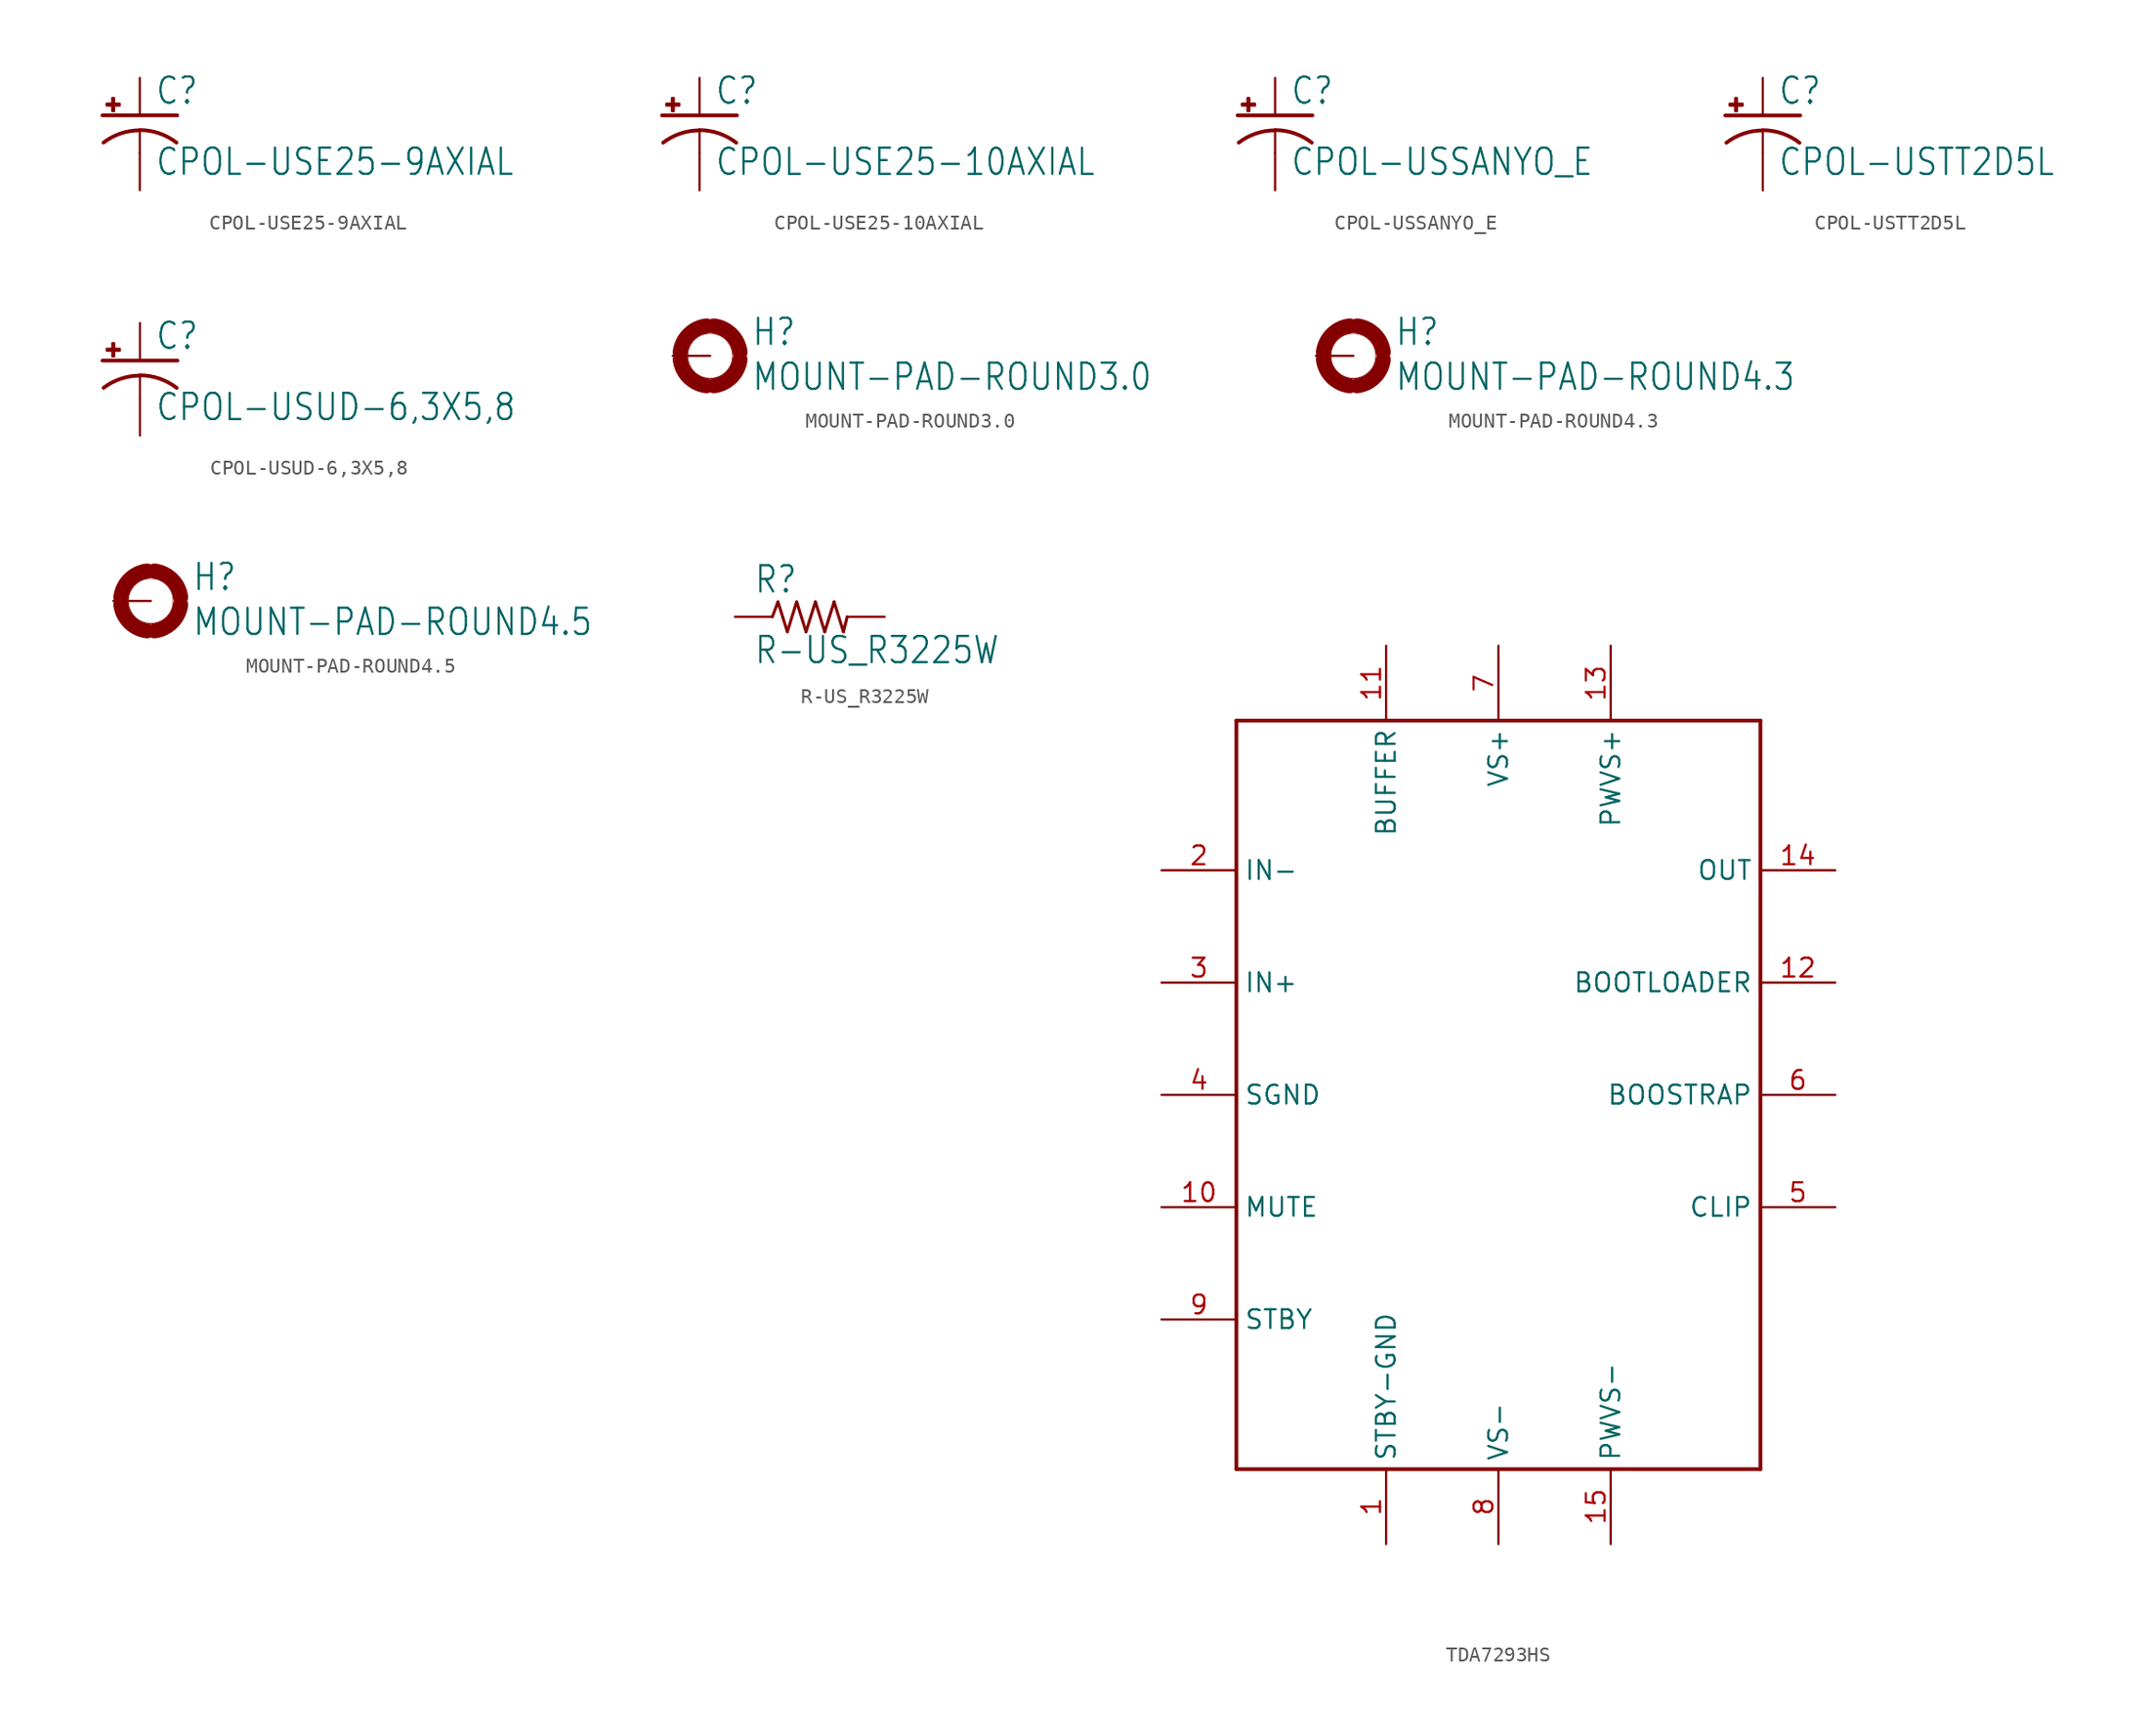
<source format=kicad_sym>
(kicad_symbol_lib
  (version 20211014)
  (generator kicad_symbol_editor)
  (symbol "CPOL-USE25-9AXIAL"
    (property "Reference" "C"
      (at 1.016 0.635 0)
      (effects (font (size 1.778 1.511)) (justify left bottom)))
    (property "Value" "CPOL-USE25-9AXIAL"
      (at 1.016 -4.191 0)
      (effects (font (size 1.778 1.511)) (justify left bottom)))
    (property "ki_locked" ""
      (at 0 0 0)
      (effects (font (size 1.27 1.27))))
    (symbol "CPOL-USE25-9AXIAL_1_0"
      (rectangle (start -2.253 0.668) (end -1.364 0.795) (stroke (width 0) (type default) (color 0 0 0 0)) (fill (type outline)))
      (rectangle (start -1.872 0.287) (end -1.745 1.176) (stroke (width 0) (type default) (color 0 0 0 0)) (fill (type outline)))
      (arc (start 0 -1.0161) (mid -1.3021 -1.2302) (end -2.4669 -1.8504) (stroke (width 0.254) (type default) (color 0 0 0 0)) (fill (type none)))
      (polyline (pts (xy -2.54 0) (xy 2.54 0)) (stroke (width 0.254) (type default) (color 0 0 0 0)) (fill (type none)))
      (polyline (pts (xy 0 -1.016) (xy 0 -2.54)) (stroke (width 0.152) (type default) (color 0 0 0 0)) (fill (type none)))
      (arc (start 2.4892 -1.8542) (mid 1.3158 -1.2195) (end 0 -1) (stroke (width 0.254) (type default) (color 0 0 0 0)) (fill (type none)))
      (pin passive line (at 0 2.54 270) (length 2.54) (name "+" (effects (font (size 0 0)))) (number "+" (effects (font (size 0 0)))))
      (pin passive line (at 0 -5.08 90) (length 2.54) (name "-" (effects (font (size 0 0)))) (number "-" (effects (font (size 0 0)))))))
  (symbol "CPOL-USE25-10AXIAL"
    (property "Reference" "C"
      (at 1.016 0.635 0)
      (effects (font (size 1.778 1.511)) (justify left bottom)))
    (property "Value" "CPOL-USE25-10AXIAL"
      (at 1.016 -4.191 0)
      (effects (font (size 1.778 1.511)) (justify left bottom)))
    (property "ki_locked" ""
      (at 0 0 0)
      (effects (font (size 1.27 1.27))))
    (symbol "CPOL-USE25-10AXIAL_1_0"
      (rectangle (start -2.253 0.668) (end -1.364 0.795) (stroke (width 0) (type default) (color 0 0 0 0)) (fill (type outline)))
      (rectangle (start -1.872 0.287) (end -1.745 1.176) (stroke (width 0) (type default) (color 0 0 0 0)) (fill (type outline)))
      (arc (start 0 -1.0161) (mid -1.3021 -1.2302) (end -2.4669 -1.8504) (stroke (width 0.254) (type default) (color 0 0 0 0)) (fill (type none)))
      (polyline (pts (xy -2.54 0) (xy 2.54 0)) (stroke (width 0.254) (type default) (color 0 0 0 0)) (fill (type none)))
      (polyline (pts (xy 0 -1.016) (xy 0 -2.54)) (stroke (width 0.152) (type default) (color 0 0 0 0)) (fill (type none)))
      (arc (start 2.4892 -1.8542) (mid 1.3158 -1.2195) (end 0 -1) (stroke (width 0.254) (type default) (color 0 0 0 0)) (fill (type none)))
      (pin passive line (at 0 2.54 270) (length 2.54) (name "+" (effects (font (size 0 0)))) (number "+" (effects (font (size 0 0)))))
      (pin passive line (at 0 -5.08 90) (length 2.54) (name "-" (effects (font (size 0 0)))) (number "-" (effects (font (size 0 0)))))))
  (symbol "CPOL-USSANYO_E"
    (property "Reference" "C"
      (at 1.016 0.635 0)
      (effects (font (size 1.778 1.511)) (justify left bottom)))
    (property "Value" "CPOL-USSANYO_E"
      (at 1.016 -4.191 0)
      (effects (font (size 1.778 1.511)) (justify left bottom)))
    (property "ki_locked" ""
      (at 0 0 0)
      (effects (font (size 1.27 1.27))))
    (symbol "CPOL-USSANYO_E_1_0"
      (rectangle (start -2.253 0.668) (end -1.364 0.795) (stroke (width 0) (type default) (color 0 0 0 0)) (fill (type outline)))
      (rectangle (start -1.872 0.287) (end -1.745 1.176) (stroke (width 0) (type default) (color 0 0 0 0)) (fill (type outline)))
      (arc (start 0 -1.0161) (mid -1.3021 -1.2302) (end -2.4669 -1.8504) (stroke (width 0.254) (type default) (color 0 0 0 0)) (fill (type none)))
      (polyline (pts (xy -2.54 0) (xy 2.54 0)) (stroke (width 0.254) (type default) (color 0 0 0 0)) (fill (type none)))
      (polyline (pts (xy 0 -1.016) (xy 0 -2.54)) (stroke (width 0.152) (type default) (color 0 0 0 0)) (fill (type none)))
      (arc (start 2.4892 -1.8542) (mid 1.3158 -1.2195) (end 0 -1) (stroke (width 0.254) (type default) (color 0 0 0 0)) (fill (type none)))
      (pin passive line (at 0 2.54 270) (length 2.54) (name "+" (effects (font (size 0 0)))) (number "+" (effects (font (size 0 0)))))
      (pin passive line (at 0 -5.08 90) (length 2.54) (name "-" (effects (font (size 0 0)))) (number "-" (effects (font (size 0 0)))))))
  (symbol "CPOL-USTT2D5L"
    (property "Reference" "C"
      (at 1.016 0.635 0)
      (effects (font (size 1.778 1.511)) (justify left bottom)))
    (property "Value" "CPOL-USTT2D5L"
      (at 1.016 -4.191 0)
      (effects (font (size 1.778 1.511)) (justify left bottom)))
    (property "ki_locked" ""
      (at 0 0 0)
      (effects (font (size 1.27 1.27))))
    (symbol "CPOL-USTT2D5L_1_0"
      (rectangle (start -2.253 0.668) (end -1.364 0.795) (stroke (width 0) (type default) (color 0 0 0 0)) (fill (type outline)))
      (rectangle (start -1.872 0.287) (end -1.745 1.176) (stroke (width 0) (type default) (color 0 0 0 0)) (fill (type outline)))
      (arc (start 0 -1.0161) (mid -1.3021 -1.2302) (end -2.4669 -1.8504) (stroke (width 0.254) (type default) (color 0 0 0 0)) (fill (type none)))
      (polyline (pts (xy -2.54 0) (xy 2.54 0)) (stroke (width 0.254) (type default) (color 0 0 0 0)) (fill (type none)))
      (polyline (pts (xy 0 -1.016) (xy 0 -2.54)) (stroke (width 0.152) (type default) (color 0 0 0 0)) (fill (type none)))
      (arc (start 2.4892 -1.8542) (mid 1.3158 -1.2195) (end 0 -1) (stroke (width 0.254) (type default) (color 0 0 0 0)) (fill (type none)))
      (pin passive line (at 0 2.54 270) (length 2.54) (name "+" (effects (font (size 0 0)))) (number "+" (effects (font (size 0 0)))))
      (pin passive line (at 0 -5.08 90) (length 2.54) (name "-" (effects (font (size 0 0)))) (number "-" (effects (font (size 0 0)))))))
  (symbol "CPOL-USUD-6,3X5,8"
    (property "Reference" "C"
      (at 1.016 0.635 0)
      (effects (font (size 1.778 1.511)) (justify left bottom)))
    (property "Value" "CPOL-USUD-6,3X5,8"
      (at 1.016 -4.191 0)
      (effects (font (size 1.778 1.511)) (justify left bottom)))
    (property "ki_locked" ""
      (at 0 0 0)
      (effects (font (size 1.27 1.27))))
    (symbol "CPOL-USUD-6,3X5,8_1_0"
      (rectangle (start -2.253 0.668) (end -1.364 0.795) (stroke (width 0) (type default) (color 0 0 0 0)) (fill (type outline)))
      (rectangle (start -1.872 0.287) (end -1.745 1.176) (stroke (width 0) (type default) (color 0 0 0 0)) (fill (type outline)))
      (arc (start 0 -1.0161) (mid -1.3021 -1.2302) (end -2.4669 -1.8504) (stroke (width 0.254) (type default) (color 0 0 0 0)) (fill (type none)))
      (polyline (pts (xy -2.54 0) (xy 2.54 0)) (stroke (width 0.254) (type default) (color 0 0 0 0)) (fill (type none)))
      (polyline (pts (xy 0 -1.016) (xy 0 -2.54)) (stroke (width 0.152) (type default) (color 0 0 0 0)) (fill (type none)))
      (arc (start 2.4892 -1.8542) (mid 1.3158 -1.2195) (end 0 -1) (stroke (width 0.254) (type default) (color 0 0 0 0)) (fill (type none)))
      (pin passive line (at 0 2.54 270) (length 2.54) (name "+" (effects (font (size 0 0)))) (number "+" (effects (font (size 0 0)))))
      (pin passive line (at 0 -5.08 90) (length 2.54) (name "-" (effects (font (size 0 0)))) (number "-" (effects (font (size 0 0)))))))
  (symbol "MOUNT-PAD-ROUND3.0"
    (property "Reference" "H"
      (at 2.794 0.584 0)
      (effects (font (size 1.778 1.511)) (justify left bottom)))
    (property "Value" "MOUNT-PAD-ROUND3.0"
      (at 2.794 -2.464 0)
      (effects (font (size 1.778 1.511)) (justify left bottom)))
    (property "ki_locked" ""
      (at 0 0 0)
      (effects (font (size 1.27 1.27))))
    (symbol "MOUNT-PAD-ROUND3.0_1_0"
      (arc (start -2.032 -0.254) (mid -1.448 -1.448) (end -0.254 -2.032) (stroke (width 1.016) (type default) (color 0 0 0 0)) (fill (type none)))
      (arc (start -0.254 2.032) (mid -1.448 1.448) (end -2.032 0.254) (stroke (width 1.016) (type default) (color 0 0 0 0)) (fill (type none)))
      (circle (center 0 0) (radius 1.524) (stroke (width 0.051) (type default) (color 0 0 0 0)) (fill (type none)))
      (arc (start 0.254 -2.032) (mid 1.448 -1.448) (end 2.032 -0.254) (stroke (width 1.016) (type default) (color 0 0 0 0)) (fill (type none)))
      (arc (start 2.032 0.254) (mid 1.448 1.448) (end 0.254 2.032) (stroke (width 1.016) (type default) (color 0 0 0 0)) (fill (type none)))
      (pin passive line (at -2.54 0 0) (length 2.54) (name "MOUNT" (effects (font (size 0 0)))) (number "B3,0" (effects (font (size 0 0)))))))
  (symbol "MOUNT-PAD-ROUND4.3"
    (property "Reference" "H"
      (at 2.794 0.584 0)
      (effects (font (size 1.778 1.511)) (justify left bottom)))
    (property "Value" "MOUNT-PAD-ROUND4.3"
      (at 2.794 -2.464 0)
      (effects (font (size 1.778 1.511)) (justify left bottom)))
    (property "ki_locked" ""
      (at 0 0 0)
      (effects (font (size 1.27 1.27))))
    (symbol "MOUNT-PAD-ROUND4.3_1_0"
      (arc (start -2.032 -0.254) (mid -1.448 -1.448) (end -0.254 -2.032) (stroke (width 1.016) (type default) (color 0 0 0 0)) (fill (type none)))
      (arc (start -0.254 2.032) (mid -1.448 1.448) (end -2.032 0.254) (stroke (width 1.016) (type default) (color 0 0 0 0)) (fill (type none)))
      (circle (center 0 0) (radius 1.524) (stroke (width 0.051) (type default) (color 0 0 0 0)) (fill (type none)))
      (arc (start 0.254 -2.032) (mid 1.448 -1.448) (end 2.032 -0.254) (stroke (width 1.016) (type default) (color 0 0 0 0)) (fill (type none)))
      (arc (start 2.032 0.254) (mid 1.448 1.448) (end 0.254 2.032) (stroke (width 1.016) (type default) (color 0 0 0 0)) (fill (type none)))
      (pin passive line (at -2.54 0 0) (length 2.54) (name "MOUNT" (effects (font (size 0 0)))) (number "B4,3" (effects (font (size 0 0)))))))
  (symbol "MOUNT-PAD-ROUND4.5"
    (property "Reference" "H"
      (at 2.794 0.584 0)
      (effects (font (size 1.778 1.511)) (justify left bottom)))
    (property "Value" "MOUNT-PAD-ROUND4.5"
      (at 2.794 -2.464 0)
      (effects (font (size 1.778 1.511)) (justify left bottom)))
    (property "ki_locked" ""
      (at 0 0 0)
      (effects (font (size 1.27 1.27))))
    (symbol "MOUNT-PAD-ROUND4.5_1_0"
      (arc (start -2.032 -0.254) (mid -1.448 -1.448) (end -0.254 -2.032) (stroke (width 1.016) (type default) (color 0 0 0 0)) (fill (type none)))
      (arc (start -0.254 2.032) (mid -1.448 1.448) (end -2.032 0.254) (stroke (width 1.016) (type default) (color 0 0 0 0)) (fill (type none)))
      (circle (center 0 0) (radius 1.524) (stroke (width 0.051) (type default) (color 0 0 0 0)) (fill (type none)))
      (arc (start 0.254 -2.032) (mid 1.448 -1.448) (end 2.032 -0.254) (stroke (width 1.016) (type default) (color 0 0 0 0)) (fill (type none)))
      (arc (start 2.032 0.254) (mid 1.448 1.448) (end 0.254 2.032) (stroke (width 1.016) (type default) (color 0 0 0 0)) (fill (type none)))
      (pin passive line (at -2.54 0 0) (length 2.54) (name "MOUNT" (effects (font (size 0 0)))) (number "B4,5" (effects (font (size 0 0)))))))
  (symbol "R-US_R3225W"
    (property "Reference" "R"
      (at -3.81 1.499 0)
      (effects (font (size 1.778 1.511)) (justify left bottom)))
    (property "Value" "R-US_R3225W"
      (at -3.81 -3.302 0)
      (effects (font (size 1.778 1.511)) (justify left bottom)))
    (property "ki_locked" ""
      (at 0 0 0)
      (effects (font (size 1.27 1.27))))
    (symbol "R-US_R3225W_1_0"
      (polyline (pts (xy -2.54 0) (xy -2.159 1.016)) (stroke (width 0.203) (type default) (color 0 0 0 0)) (fill (type none)))
      (polyline (pts (xy -2.159 1.016) (xy -1.524 -1.016)) (stroke (width 0.203) (type default) (color 0 0 0 0)) (fill (type none)))
      (polyline (pts (xy -1.524 -1.016) (xy -0.889 1.016)) (stroke (width 0.203) (type default) (color 0 0 0 0)) (fill (type none)))
      (polyline (pts (xy -0.889 1.016) (xy -0.254 -1.016)) (stroke (width 0.203) (type default) (color 0 0 0 0)) (fill (type none)))
      (polyline (pts (xy -0.254 -1.016) (xy 0.381 1.016)) (stroke (width 0.203) (type default) (color 0 0 0 0)) (fill (type none)))
      (polyline (pts (xy 0.381 1.016) (xy 1.016 -1.016)) (stroke (width 0.203) (type default) (color 0 0 0 0)) (fill (type none)))
      (polyline (pts (xy 1.016 -1.016) (xy 1.651 1.016)) (stroke (width 0.203) (type default) (color 0 0 0 0)) (fill (type none)))
      (polyline (pts (xy 1.651 1.016) (xy 2.286 -1.016)) (stroke (width 0.203) (type default) (color 0 0 0 0)) (fill (type none)))
      (polyline (pts (xy 2.286 -1.016) (xy 2.54 0)) (stroke (width 0.203) (type default) (color 0 0 0 0)) (fill (type none)))
      (pin passive line (at -5.08 0 0) (length 2.54) (name "1" (effects (font (size 0 0)))) (number "1" (effects (font (size 0 0)))))
      (pin passive line (at 5.08 0 180) (length 2.54) (name "2" (effects (font (size 0 0)))) (number "2" (effects (font (size 0 0)))))))
  (symbol "TDA7293HS"
    (property "Reference" "IC"
      (at 0 0 0)
      (effects (font (size 1.27 1.27)) hide))
    (property "ki_locked" ""
      (at 0 0 0)
      (effects (font (size 1.27 1.27))))
    (symbol "TDA7293HS_1_0"
      (polyline (pts (xy -12.7 -25.4) (xy -12.7 25.4)) (stroke (width 0.254) (type default) (color 0 0 0 0)) (fill (type none)))
      (polyline (pts (xy -12.7 25.4) (xy 22.86 25.4)) (stroke (width 0.254) (type default) (color 0 0 0 0)) (fill (type none)))
      (polyline (pts (xy 22.86 -25.4) (xy -12.7 -25.4)) (stroke (width 0.254) (type default) (color 0 0 0 0)) (fill (type none)))
      (polyline (pts (xy 22.86 25.4) (xy 22.86 -25.4)) (stroke (width 0.254) (type default) (color 0 0 0 0)) (fill (type none)))
      (pin power_in line (at -2.54 -30.48 90) (length 5.08) (name "STBY-GND" (effects (font (size 1.27 1.27)))) (number "1" (effects (font (size 1.27 1.27)))))
      (pin input line (at -17.78 -7.62 0) (length 5.08) (name "MUTE" (effects (font (size 1.27 1.27)))) (number "10" (effects (font (size 1.27 1.27)))))
      (pin passive line (at -2.54 30.48 270) (length 5.08) (name "BUFFER" (effects (font (size 1.27 1.27)))) (number "11" (effects (font (size 1.27 1.27)))))
      (pin passive line (at 27.94 7.62 180) (length 5.08) (name "BOOTLOADER" (effects (font (size 1.27 1.27)))) (number "12" (effects (font (size 1.27 1.27)))))
      (pin power_in line (at 12.7 30.48 270) (length 5.08) (name "PWVS+" (effects (font (size 1.27 1.27)))) (number "13" (effects (font (size 1.27 1.27)))))
      (pin output line (at 27.94 15.24 180) (length 5.08) (name "OUT" (effects (font (size 1.27 1.27)))) (number "14" (effects (font (size 1.27 1.27)))))
      (pin power_in line (at 12.7 -30.48 90) (length 5.08) (name "PWVS-" (effects (font (size 1.27 1.27)))) (number "15" (effects (font (size 1.27 1.27)))))
      (pin input line (at -17.78 15.24 0) (length 5.08) (name "IN-" (effects (font (size 1.27 1.27)))) (number "2" (effects (font (size 1.27 1.27)))))
      (pin input line (at -17.78 7.62 0) (length 5.08) (name "IN+" (effects (font (size 1.27 1.27)))) (number "3" (effects (font (size 1.27 1.27)))))
      (pin power_in line (at -17.78 0 0) (length 5.08) (name "SGND" (effects (font (size 1.27 1.27)))) (number "4" (effects (font (size 1.27 1.27)))))
      (pin open_collector line (at 27.94 -7.62 180) (length 5.08) (name "CLIP" (effects (font (size 1.27 1.27)))) (number "5" (effects (font (size 1.27 1.27)))))
      (pin passive line (at 27.94 0 180) (length 5.08) (name "BOOSTRAP" (effects (font (size 1.27 1.27)))) (number "6" (effects (font (size 1.27 1.27)))))
      (pin power_in line (at 5.08 30.48 270) (length 5.08) (name "VS+" (effects (font (size 1.27 1.27)))) (number "7" (effects (font (size 1.27 1.27)))))
      (pin power_in line (at 5.08 -30.48 90) (length 5.08) (name "VS-" (effects (font (size 1.27 1.27)))) (number "8" (effects (font (size 1.27 1.27)))))
      (pin input line (at -17.78 -15.24 0) (length 5.08) (name "STBY" (effects (font (size 1.27 1.27)))) (number "9" (effects (font (size 1.27 1.27))))))))
</source>
